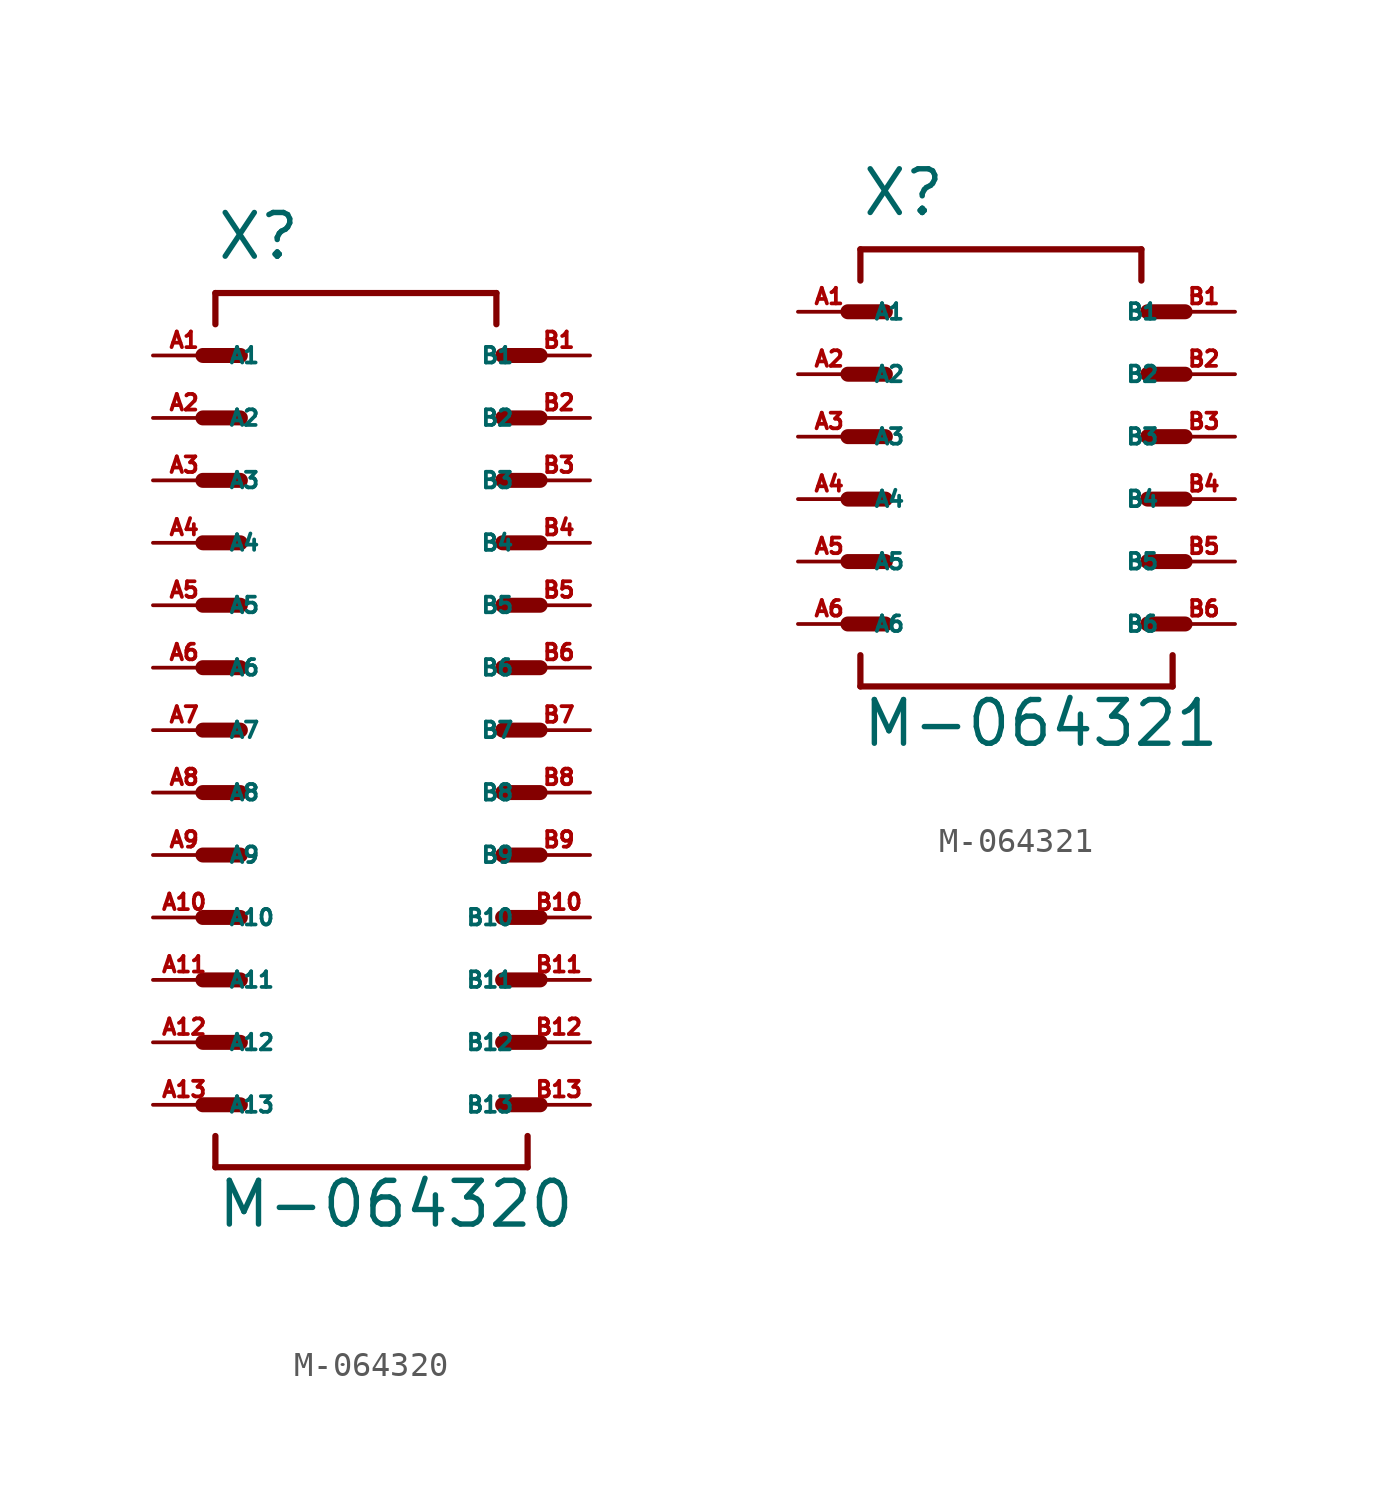
<source format=kicad_sym>
(kicad_symbol_lib
  (version 20220914)
  (generator Eagle2Kicad)
  (symbol "M-064320"
    (property "Reference" "X"
      (at -5.08 19.05 0)
      (effects (font (size 1.778 1.778) (thickness 0.22)) (justify left bottom)))
    (property "Value" "M-064320"
      (at -5.08 -20.32 0)
      (effects (font (size 1.778 1.778) (thickness 0.22)) (justify left bottom)))
    (polyline
      (pts (xy -5.588 15.24) (xy -4.064 15.24))
      (stroke (width 0.61) (type default))
      (fill (type none)))
    (polyline
      (pts (xy -5.588 12.7) (xy -4.064 12.7))
      (stroke (width 0.61) (type default))
      (fill (type none)))
    (polyline
      (pts (xy -5.588 10.16) (xy -4.064 10.16))
      (stroke (width 0.61) (type default))
      (fill (type none)))
    (polyline
      (pts (xy -5.588 7.62) (xy -4.064 7.62))
      (stroke (width 0.61) (type default))
      (fill (type none)))
    (polyline
      (pts (xy -5.588 5.08) (xy -4.064 5.08))
      (stroke (width 0.61) (type default))
      (fill (type none)))
    (polyline
      (pts (xy -5.588 2.54) (xy -4.064 2.54))
      (stroke (width 0.61) (type default))
      (fill (type none)))
    (polyline
      (pts (xy 8.128 2.54) (xy 6.604 2.54))
      (stroke (width 0.61) (type default))
      (fill (type none)))
    (polyline
      (pts (xy 8.128 5.08) (xy 6.604 5.08))
      (stroke (width 0.61) (type default))
      (fill (type none)))
    (polyline
      (pts (xy 8.128 7.62) (xy 6.604 7.62))
      (stroke (width 0.61) (type default))
      (fill (type none)))
    (polyline
      (pts (xy 8.128 10.16) (xy 6.604 10.16))
      (stroke (width 0.61) (type default))
      (fill (type none)))
    (polyline
      (pts (xy 8.128 12.7) (xy 6.604 12.7))
      (stroke (width 0.61) (type default))
      (fill (type none)))
    (polyline
      (pts (xy 8.128 15.24) (xy 6.604 15.24))
      (stroke (width 0.61) (type default))
      (fill (type none)))
    (polyline
      (pts (xy -5.08 16.51) (xy -5.08 17.78))
      (stroke (width 0.254) (type default))
      (fill (type none)))
    (polyline
      (pts (xy -5.08 17.78) (xy 6.35 17.78))
      (stroke (width 0.254) (type default))
      (fill (type none)))
    (polyline
      (pts (xy 6.35 17.78) (xy 6.35 16.51))
      (stroke (width 0.254) (type default))
      (fill (type none)))
    (polyline
      (pts (xy -5.08 -16.51) (xy -5.08 -17.78))
      (stroke (width 0.254) (type default))
      (fill (type none)))
    (polyline
      (pts (xy -5.08 -17.78) (xy 7.62 -17.78))
      (stroke (width 0.254) (type default))
      (fill (type none)))
    (polyline
      (pts (xy 7.62 -17.78) (xy 7.62 -16.51))
      (stroke (width 0.254) (type default))
      (fill (type none)))
    (polyline
      (pts (xy -5.588 0) (xy -4.064 0))
      (stroke (width 0.61) (type default))
      (fill (type none)))
    (polyline
      (pts (xy -5.588 -2.54) (xy -4.064 -2.54))
      (stroke (width 0.61) (type default))
      (fill (type none)))
    (polyline
      (pts (xy -5.588 -5.08) (xy -4.064 -5.08))
      (stroke (width 0.61) (type default))
      (fill (type none)))
    (polyline
      (pts (xy -5.588 -7.62) (xy -4.064 -7.62))
      (stroke (width 0.61) (type default))
      (fill (type none)))
    (polyline
      (pts (xy -5.588 -10.16) (xy -4.064 -10.16))
      (stroke (width 0.61) (type default))
      (fill (type none)))
    (polyline
      (pts (xy -5.588 -12.7) (xy -4.064 -12.7))
      (stroke (width 0.61) (type default))
      (fill (type none)))
    (polyline
      (pts (xy 8.128 -12.7) (xy 6.604 -12.7))
      (stroke (width 0.61) (type default))
      (fill (type none)))
    (polyline
      (pts (xy 8.128 -10.16) (xy 6.604 -10.16))
      (stroke (width 0.61) (type default))
      (fill (type none)))
    (polyline
      (pts (xy 8.128 -7.62) (xy 6.604 -7.62))
      (stroke (width 0.61) (type default))
      (fill (type none)))
    (polyline
      (pts (xy 8.128 -5.08) (xy 6.604 -5.08))
      (stroke (width 0.61) (type default))
      (fill (type none)))
    (polyline
      (pts (xy 8.128 -2.54) (xy 6.604 -2.54))
      (stroke (width 0.61) (type default))
      (fill (type none)))
    (polyline
      (pts (xy 8.128 0) (xy 6.604 0))
      (stroke (width 0.61) (type default))
      (fill (type none)))
    (polyline
      (pts (xy -5.588 -15.24) (xy -4.064 -15.24))
      (stroke (width 0.61) (type default))
      (fill (type none)))
    (polyline
      (pts (xy 8.128 -15.24) (xy 6.604 -15.24))
      (stroke (width 0.61) (type default))
      (fill (type none)))
    (pin passive line
      (at -7.62 15.24 0)
      (length 2.54)
      (name "A1" (effects (font (size 0.635 0.635) (thickness 0.08)) (justify left bottom)))
      (number "A1" (effects (font (size 0.635 0.635) (thickness 0.08)) (justify left bottom))))
    (pin passive line
      (at -7.62 12.7 0)
      (length 2.54)
      (name "A2" (effects (font (size 0.635 0.635) (thickness 0.08)) (justify left bottom)))
      (number "A2" (effects (font (size 0.635 0.635) (thickness 0.08)) (justify left bottom))))
    (pin passive line
      (at -7.62 10.16 0)
      (length 2.54)
      (name "A3" (effects (font (size 0.635 0.635) (thickness 0.08)) (justify left bottom)))
      (number "A3" (effects (font (size 0.635 0.635) (thickness 0.08)) (justify left bottom))))
    (pin passive line
      (at -7.62 7.62 0)
      (length 2.54)
      (name "A4" (effects (font (size 0.635 0.635) (thickness 0.08)) (justify left bottom)))
      (number "A4" (effects (font (size 0.635 0.635) (thickness 0.08)) (justify left bottom))))
    (pin passive line
      (at -7.62 5.08 0)
      (length 2.54)
      (name "A5" (effects (font (size 0.635 0.635) (thickness 0.08)) (justify left bottom)))
      (number "A5" (effects (font (size 0.635 0.635) (thickness 0.08)) (justify left bottom))))
    (pin passive line
      (at -7.62 2.54 0)
      (length 2.54)
      (name "A6" (effects (font (size 0.635 0.635) (thickness 0.08)) (justify left bottom)))
      (number "A6" (effects (font (size 0.635 0.635) (thickness 0.08)) (justify left bottom))))
    (pin passive line
      (at 10.16 15.24 180)
      (length 2.54)
      (name "B1" (effects (font (size 0.635 0.635) (thickness 0.08)) (justify left bottom)))
      (number "B1" (effects (font (size 0.635 0.635) (thickness 0.08)) (justify left bottom))))
    (pin passive line
      (at 10.16 12.7 180)
      (length 2.54)
      (name "B2" (effects (font (size 0.635 0.635) (thickness 0.08)) (justify left bottom)))
      (number "B2" (effects (font (size 0.635 0.635) (thickness 0.08)) (justify left bottom))))
    (pin passive line
      (at 10.16 10.16 180)
      (length 2.54)
      (name "B3" (effects (font (size 0.635 0.635) (thickness 0.08)) (justify left bottom)))
      (number "B3" (effects (font (size 0.635 0.635) (thickness 0.08)) (justify left bottom))))
    (pin passive line
      (at 10.16 7.62 180)
      (length 2.54)
      (name "B4" (effects (font (size 0.635 0.635) (thickness 0.08)) (justify left bottom)))
      (number "B4" (effects (font (size 0.635 0.635) (thickness 0.08)) (justify left bottom))))
    (pin passive line
      (at 10.16 5.08 180)
      (length 2.54)
      (name "B5" (effects (font (size 0.635 0.635) (thickness 0.08)) (justify left bottom)))
      (number "B5" (effects (font (size 0.635 0.635) (thickness 0.08)) (justify left bottom))))
    (pin passive line
      (at 10.16 2.54 180)
      (length 2.54)
      (name "B6" (effects (font (size 0.635 0.635) (thickness 0.08)) (justify left bottom)))
      (number "B6" (effects (font (size 0.635 0.635) (thickness 0.08)) (justify left bottom))))
    (pin passive line
      (at -7.62 0 0)
      (length 2.54)
      (name "A7" (effects (font (size 0.635 0.635) (thickness 0.08)) (justify left bottom)))
      (number "A7" (effects (font (size 0.635 0.635) (thickness 0.08)) (justify left bottom))))
    (pin passive line
      (at -7.62 -2.54 0)
      (length 2.54)
      (name "A8" (effects (font (size 0.635 0.635) (thickness 0.08)) (justify left bottom)))
      (number "A8" (effects (font (size 0.635 0.635) (thickness 0.08)) (justify left bottom))))
    (pin passive line
      (at -7.62 -5.08 0)
      (length 2.54)
      (name "A9" (effects (font (size 0.635 0.635) (thickness 0.08)) (justify left bottom)))
      (number "A9" (effects (font (size 0.635 0.635) (thickness 0.08)) (justify left bottom))))
    (pin passive line
      (at -7.62 -7.62 0)
      (length 2.54)
      (name "A10" (effects (font (size 0.635 0.635) (thickness 0.08)) (justify left bottom)))
      (number "A10" (effects (font (size 0.635 0.635) (thickness 0.08)) (justify left bottom))))
    (pin passive line
      (at -7.62 -10.16 0)
      (length 2.54)
      (name "A11" (effects (font (size 0.635 0.635) (thickness 0.08)) (justify left bottom)))
      (number "A11" (effects (font (size 0.635 0.635) (thickness 0.08)) (justify left bottom))))
    (pin passive line
      (at -7.62 -12.7 0)
      (length 2.54)
      (name "A12" (effects (font (size 0.635 0.635) (thickness 0.08)) (justify left bottom)))
      (number "A12" (effects (font (size 0.635 0.635) (thickness 0.08)) (justify left bottom))))
    (pin passive line
      (at 10.16 0 180)
      (length 2.54)
      (name "B7" (effects (font (size 0.635 0.635) (thickness 0.08)) (justify left bottom)))
      (number "B7" (effects (font (size 0.635 0.635) (thickness 0.08)) (justify left bottom))))
    (pin passive line
      (at 10.16 -2.54 180)
      (length 2.54)
      (name "B8" (effects (font (size 0.635 0.635) (thickness 0.08)) (justify left bottom)))
      (number "B8" (effects (font (size 0.635 0.635) (thickness 0.08)) (justify left bottom))))
    (pin passive line
      (at 10.16 -5.08 180)
      (length 2.54)
      (name "B9" (effects (font (size 0.635 0.635) (thickness 0.08)) (justify left bottom)))
      (number "B9" (effects (font (size 0.635 0.635) (thickness 0.08)) (justify left bottom))))
    (pin passive line
      (at 10.16 -7.62 180)
      (length 2.54)
      (name "B10" (effects (font (size 0.635 0.635) (thickness 0.08)) (justify left bottom)))
      (number "B10" (effects (font (size 0.635 0.635) (thickness 0.08)) (justify left bottom))))
    (pin passive line
      (at 10.16 -10.16 180)
      (length 2.54)
      (name "B11" (effects (font (size 0.635 0.635) (thickness 0.08)) (justify left bottom)))
      (number "B11" (effects (font (size 0.635 0.635) (thickness 0.08)) (justify left bottom))))
    (pin passive line
      (at 10.16 -12.7 180)
      (length 2.54)
      (name "B12" (effects (font (size 0.635 0.635) (thickness 0.08)) (justify left bottom)))
      (number "B12" (effects (font (size 0.635 0.635) (thickness 0.08)) (justify left bottom))))
    (pin passive line
      (at -7.62 -15.24 0)
      (length 2.54)
      (name "A13" (effects (font (size 0.635 0.635) (thickness 0.08)) (justify left bottom)))
      (number "A13" (effects (font (size 0.635 0.635) (thickness 0.08)) (justify left bottom))))
    (pin passive line
      (at 10.16 -15.24 180)
      (length 2.54)
      (name "B13" (effects (font (size 0.635 0.635) (thickness 0.08)) (justify left bottom)))
      (number "B13" (effects (font (size 0.635 0.635) (thickness 0.08)) (justify left bottom)))))
  (symbol "M-064321"
    (property "Reference" "X"
      (at -5.08 8.89 0)
      (effects (font (size 1.778 1.778) (thickness 0.22)) (justify left bottom)))
    (property "Value" "M-064321"
      (at -5.08 -12.7 0)
      (effects (font (size 1.778 1.778) (thickness 0.22)) (justify left bottom)))
    (polyline
      (pts (xy -5.588 5.08) (xy -4.064 5.08))
      (stroke (width 0.61) (type default))
      (fill (type none)))
    (polyline
      (pts (xy -5.588 2.54) (xy -4.064 2.54))
      (stroke (width 0.61) (type default))
      (fill (type none)))
    (polyline
      (pts (xy -5.588 0) (xy -4.064 0))
      (stroke (width 0.61) (type default))
      (fill (type none)))
    (polyline
      (pts (xy -5.588 -2.54) (xy -4.064 -2.54))
      (stroke (width 0.61) (type default))
      (fill (type none)))
    (polyline
      (pts (xy -5.588 -5.08) (xy -4.064 -5.08))
      (stroke (width 0.61) (type default))
      (fill (type none)))
    (polyline
      (pts (xy -5.588 -7.62) (xy -4.064 -7.62))
      (stroke (width 0.61) (type default))
      (fill (type none)))
    (polyline
      (pts (xy 8.128 -7.62) (xy 6.604 -7.62))
      (stroke (width 0.61) (type default))
      (fill (type none)))
    (polyline
      (pts (xy 8.128 -5.08) (xy 6.604 -5.08))
      (stroke (width 0.61) (type default))
      (fill (type none)))
    (polyline
      (pts (xy 8.128 -2.54) (xy 6.604 -2.54))
      (stroke (width 0.61) (type default))
      (fill (type none)))
    (polyline
      (pts (xy 8.128 0) (xy 6.604 0))
      (stroke (width 0.61) (type default))
      (fill (type none)))
    (polyline
      (pts (xy 8.128 2.54) (xy 6.604 2.54))
      (stroke (width 0.61) (type default))
      (fill (type none)))
    (polyline
      (pts (xy 8.128 5.08) (xy 6.604 5.08))
      (stroke (width 0.61) (type default))
      (fill (type none)))
    (polyline
      (pts (xy -5.08 6.35) (xy -5.08 7.62))
      (stroke (width 0.254) (type default))
      (fill (type none)))
    (polyline
      (pts (xy -5.08 7.62) (xy 6.35 7.62))
      (stroke (width 0.254) (type default))
      (fill (type none)))
    (polyline
      (pts (xy 6.35 7.62) (xy 6.35 6.35))
      (stroke (width 0.254) (type default))
      (fill (type none)))
    (polyline
      (pts (xy -5.08 -8.89) (xy -5.08 -10.16))
      (stroke (width 0.254) (type default))
      (fill (type none)))
    (polyline
      (pts (xy -5.08 -10.16) (xy 7.62 -10.16))
      (stroke (width 0.254) (type default))
      (fill (type none)))
    (polyline
      (pts (xy 7.62 -10.16) (xy 7.62 -8.89))
      (stroke (width 0.254) (type default))
      (fill (type none)))
    (pin passive line
      (at -7.62 5.08 0)
      (length 2.54)
      (name "A1" (effects (font (size 0.635 0.635) (thickness 0.08)) (justify left bottom)))
      (number "A1" (effects (font (size 0.635 0.635) (thickness 0.08)) (justify left bottom))))
    (pin passive line
      (at -7.62 2.54 0)
      (length 2.54)
      (name "A2" (effects (font (size 0.635 0.635) (thickness 0.08)) (justify left bottom)))
      (number "A2" (effects (font (size 0.635 0.635) (thickness 0.08)) (justify left bottom))))
    (pin passive line
      (at -7.62 0 0)
      (length 2.54)
      (name "A3" (effects (font (size 0.635 0.635) (thickness 0.08)) (justify left bottom)))
      (number "A3" (effects (font (size 0.635 0.635) (thickness 0.08)) (justify left bottom))))
    (pin passive line
      (at -7.62 -2.54 0)
      (length 2.54)
      (name "A4" (effects (font (size 0.635 0.635) (thickness 0.08)) (justify left bottom)))
      (number "A4" (effects (font (size 0.635 0.635) (thickness 0.08)) (justify left bottom))))
    (pin passive line
      (at -7.62 -5.08 0)
      (length 2.54)
      (name "A5" (effects (font (size 0.635 0.635) (thickness 0.08)) (justify left bottom)))
      (number "A5" (effects (font (size 0.635 0.635) (thickness 0.08)) (justify left bottom))))
    (pin passive line
      (at -7.62 -7.62 0)
      (length 2.54)
      (name "A6" (effects (font (size 0.635 0.635) (thickness 0.08)) (justify left bottom)))
      (number "A6" (effects (font (size 0.635 0.635) (thickness 0.08)) (justify left bottom))))
    (pin passive line
      (at 10.16 5.08 180)
      (length 2.54)
      (name "B1" (effects (font (size 0.635 0.635) (thickness 0.08)) (justify left bottom)))
      (number "B1" (effects (font (size 0.635 0.635) (thickness 0.08)) (justify left bottom))))
    (pin passive line
      (at 10.16 2.54 180)
      (length 2.54)
      (name "B2" (effects (font (size 0.635 0.635) (thickness 0.08)) (justify left bottom)))
      (number "B2" (effects (font (size 0.635 0.635) (thickness 0.08)) (justify left bottom))))
    (pin passive line
      (at 10.16 0 180)
      (length 2.54)
      (name "B3" (effects (font (size 0.635 0.635) (thickness 0.08)) (justify left bottom)))
      (number "B3" (effects (font (size 0.635 0.635) (thickness 0.08)) (justify left bottom))))
    (pin passive line
      (at 10.16 -2.54 180)
      (length 2.54)
      (name "B4" (effects (font (size 0.635 0.635) (thickness 0.08)) (justify left bottom)))
      (number "B4" (effects (font (size 0.635 0.635) (thickness 0.08)) (justify left bottom))))
    (pin passive line
      (at 10.16 -5.08 180)
      (length 2.54)
      (name "B5" (effects (font (size 0.635 0.635) (thickness 0.08)) (justify left bottom)))
      (number "B5" (effects (font (size 0.635 0.635) (thickness 0.08)) (justify left bottom))))
    (pin passive line
      (at 10.16 -7.62 180)
      (length 2.54)
      (name "B6" (effects (font (size 0.635 0.635) (thickness 0.08)) (justify left bottom)))
      (number "B6" (effects (font (size 0.635 0.635) (thickness 0.08)) (justify left bottom))))))
</source>
